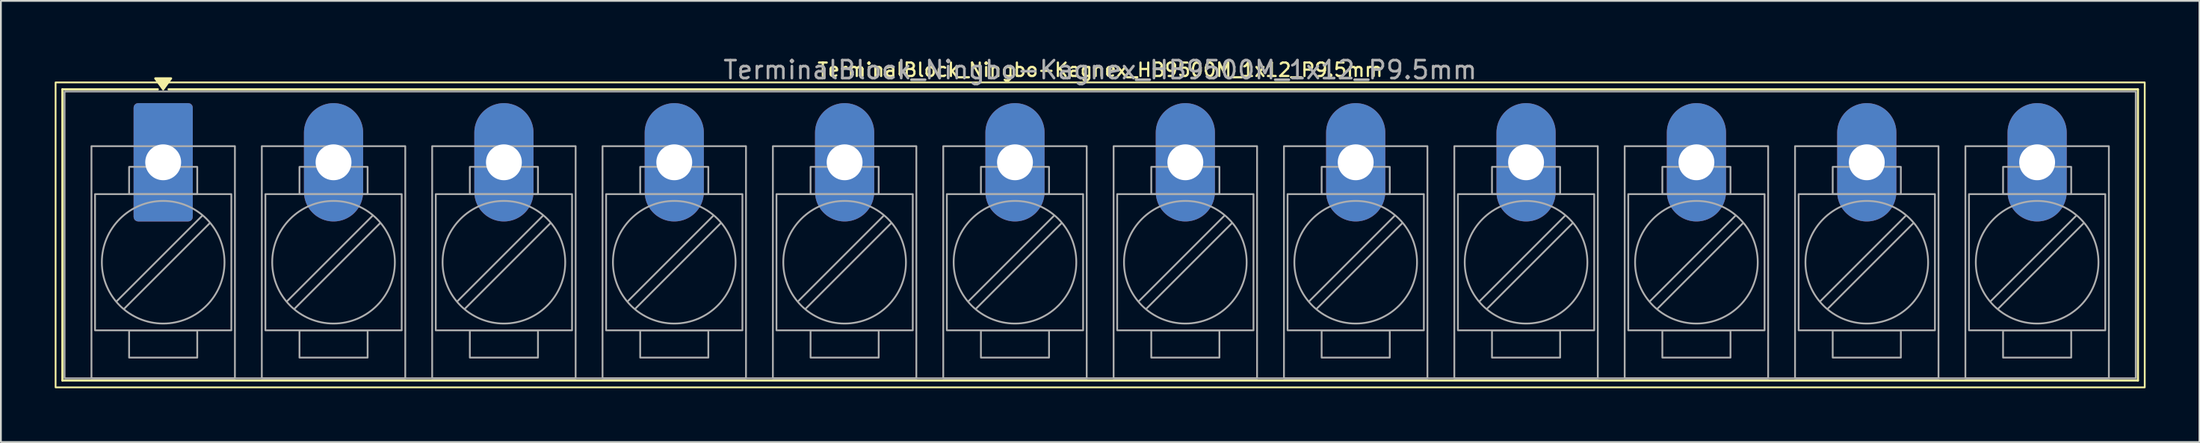
<source format=kicad_pcb>
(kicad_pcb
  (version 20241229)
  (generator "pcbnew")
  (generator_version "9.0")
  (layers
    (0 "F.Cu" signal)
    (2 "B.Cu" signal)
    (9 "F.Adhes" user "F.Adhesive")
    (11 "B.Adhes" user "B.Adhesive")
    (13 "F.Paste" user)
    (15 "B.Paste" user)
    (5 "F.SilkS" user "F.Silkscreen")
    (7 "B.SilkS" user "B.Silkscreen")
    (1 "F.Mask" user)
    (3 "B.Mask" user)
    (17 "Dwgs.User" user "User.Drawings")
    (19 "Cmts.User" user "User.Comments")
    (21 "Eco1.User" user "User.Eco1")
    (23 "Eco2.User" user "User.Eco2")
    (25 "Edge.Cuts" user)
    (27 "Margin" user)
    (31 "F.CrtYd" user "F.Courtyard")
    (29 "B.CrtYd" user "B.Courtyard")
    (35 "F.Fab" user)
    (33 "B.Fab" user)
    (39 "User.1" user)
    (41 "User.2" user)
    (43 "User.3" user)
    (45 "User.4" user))
  (footprint "TerminalBlock_Ningbo-Kagnex_HB9500M_1x12_P9.5mm"
    (layer "F.Cu")
    (at 6.05 6.003)
    (property "Reference" "TerminalBlock_Ningbo-Kagnex_HB9500M_1x12_P9.5mm" (at 52.25 -5.155 0) (layer "F.SilkS") (effects (font (size 0.75 0.75) (thickness 0.125))))
    (attr through_hole)
    (fp_line (start -5.62 -4.07) (end -0.3 -4.07) (stroke (width 0.12) (type solid)) (layer "F.SilkS"))
    (fp_line (start -5.62 12.17) (end -5.62 -4.07) (stroke (width 0.12) (type solid)) (layer "F.SilkS"))
    (fp_line (start 0.3 -4.07) (end 110.12 -4.07) (stroke (width 0.12) (type solid)) (layer "F.SilkS"))
    (fp_line (start 110.12 -4.07) (end 110.12 12.17) (stroke (width 0.12) (type solid)) (layer "F.SilkS"))
    (fp_line (start 110.12 12.17) (end -5.62 12.17) (stroke (width 0.12) (type solid)) (layer "F.SilkS"))
    (fp_rect (start -6 -4.455) (end 110.5 12.555) (stroke (width 0.1) (type solid)) (fill no) (layer "F.SilkS"))
    (fp_poly (pts (xy 0 -4.07) (xy -0.44 -4.68) (xy 0.44 -4.68)) (stroke (width 0.12) (type solid)) (fill yes) (layer "F.SilkS"))
    (fp_line (start 2.176 2.981) (end -2.594 7.751) (stroke (width 0.1) (type solid)) (layer "F.Fab"))
    (fp_line (start 2.594 3.399) (end -2.176 8.169) (stroke (width 0.1) (type solid)) (layer "F.Fab"))
    (fp_line (start 11.676 2.981) (end 6.906 7.751) (stroke (width 0.1) (type solid)) (layer "F.Fab"))
    (fp_line (start 12.094 3.399) (end 7.324 8.169) (stroke (width 0.1) (type solid)) (layer "F.Fab"))
    (fp_line (start 21.176 2.981) (end 16.406 7.751) (stroke (width 0.1) (type solid)) (layer "F.Fab"))
    (fp_line (start 21.594 3.399) (end 16.824 8.169) (stroke (width 0.1) (type solid)) (layer "F.Fab"))
    (fp_line (start 30.676 2.981) (end 25.906 7.751) (stroke (width 0.1) (type solid)) (layer "F.Fab"))
    (fp_line (start 31.094 3.399) (end 26.324 8.169) (stroke (width 0.1) (type solid)) (layer "F.Fab"))
    (fp_line (start 40.176 2.981) (end 35.406 7.751) (stroke (width 0.1) (type solid)) (layer "F.Fab"))
    (fp_line (start 40.594 3.399) (end 35.824 8.169) (stroke (width 0.1) (type solid)) (layer "F.Fab"))
    (fp_line (start 49.676 2.981) (end 44.906 7.751) (stroke (width 0.1) (type solid)) (layer "F.Fab"))
    (fp_line (start 50.094 3.399) (end 45.324 8.169) (stroke (width 0.1) (type solid)) (layer "F.Fab"))
    (fp_line (start 59.176 2.981) (end 54.406 7.751) (stroke (width 0.1) (type solid)) (layer "F.Fab"))
    (fp_line (start 59.594 3.399) (end 54.824 8.169) (stroke (width 0.1) (type solid)) (layer "F.Fab"))
    (fp_line (start 68.676 2.981) (end 63.906 7.751) (stroke (width 0.1) (type solid)) (layer "F.Fab"))
    (fp_line (start 69.094 3.399) (end 64.324 8.169) (stroke (width 0.1) (type solid)) (layer "F.Fab"))
    (fp_line (start 78.176 2.981) (end 73.406 7.751) (stroke (width 0.1) (type solid)) (layer "F.Fab"))
    (fp_line (start 78.594 3.399) (end 73.824 8.169) (stroke (width 0.1) (type solid)) (layer "F.Fab"))
    (fp_line (start 87.676 2.981) (end 82.906 7.751) (stroke (width 0.1) (type solid)) (layer "F.Fab"))
    (fp_line (start 88.094 3.399) (end 83.324 8.169) (stroke (width 0.1) (type solid)) (layer "F.Fab"))
    (fp_line (start 97.176 2.981) (end 92.406 7.751) (stroke (width 0.1) (type solid)) (layer "F.Fab"))
    (fp_line (start 97.594 3.399) (end 92.824 8.169) (stroke (width 0.1) (type solid)) (layer "F.Fab"))
    (fp_line (start 106.676 2.981) (end 101.906 7.751) (stroke (width 0.1) (type solid)) (layer "F.Fab"))
    (fp_line (start 107.094 3.399) (end 102.324 8.169) (stroke (width 0.1) (type solid)) (layer "F.Fab"))
    (fp_rect (start -5.5 -3.95) (end 110 12.05) (stroke (width 0.1) (type solid)) (fill no) (layer "F.Fab"))
    (fp_rect (start -4 -0.9) (end 4 12.05) (stroke (width 0.1) (type solid)) (fill no) (layer "F.Fab"))
    (fp_rect (start -3.8 1.775) (end 3.8 9.375) (stroke (width 0.1) (type solid)) (fill no) (layer "F.Fab"))
    (fp_rect (start -1.9 0.255) (end 1.9 1.775) (stroke (width 0.1) (type solid)) (fill no) (layer "F.Fab"))
    (fp_rect (start -1.9 9.375) (end 1.9 10.895) (stroke (width 0.1) (type solid)) (fill no) (layer "F.Fab"))
    (fp_rect (start 5.5 -0.9) (end 13.5 12.05) (stroke (width 0.1) (type solid)) (fill no) (layer "F.Fab"))
    (fp_rect (start 5.7 1.775) (end 13.3 9.375) (stroke (width 0.1) (type solid)) (fill no) (layer "F.Fab"))
    (fp_rect (start 7.6 0.255) (end 11.4 1.775) (stroke (width 0.1) (type solid)) (fill no) (layer "F.Fab"))
    (fp_rect (start 7.6 9.375) (end 11.4 10.895) (stroke (width 0.1) (type solid)) (fill no) (layer "F.Fab"))
    (fp_rect (start 15 -0.9) (end 23 12.05) (stroke (width 0.1) (type solid)) (fill no) (layer "F.Fab"))
    (fp_rect (start 15.2 1.775) (end 22.8 9.375) (stroke (width 0.1) (type solid)) (fill no) (layer "F.Fab"))
    (fp_rect (start 17.1 0.255) (end 20.9 1.775) (stroke (width 0.1) (type solid)) (fill no) (layer "F.Fab"))
    (fp_rect (start 17.1 9.375) (end 20.9 10.895) (stroke (width 0.1) (type solid)) (fill no) (layer "F.Fab"))
    (fp_rect (start 24.5 -0.9) (end 32.5 12.05) (stroke (width 0.1) (type solid)) (fill no) (layer "F.Fab"))
    (fp_rect (start 24.7 1.775) (end 32.3 9.375) (stroke (width 0.1) (type solid)) (fill no) (layer "F.Fab"))
    (fp_rect (start 26.6 0.255) (end 30.4 1.775) (stroke (width 0.1) (type solid)) (fill no) (layer "F.Fab"))
    (fp_rect (start 26.6 9.375) (end 30.4 10.895) (stroke (width 0.1) (type solid)) (fill no) (layer "F.Fab"))
    (fp_rect (start 34 -0.9) (end 42 12.05) (stroke (width 0.1) (type solid)) (fill no) (layer "F.Fab"))
    (fp_rect (start 34.2 1.775) (end 41.8 9.375) (stroke (width 0.1) (type solid)) (fill no) (layer "F.Fab"))
    (fp_rect (start 36.1 0.255) (end 39.9 1.775) (stroke (width 0.1) (type solid)) (fill no) (layer "F.Fab"))
    (fp_rect (start 36.1 9.375) (end 39.9 10.895) (stroke (width 0.1) (type solid)) (fill no) (layer "F.Fab"))
    (fp_rect (start 43.5 -0.9) (end 51.5 12.05) (stroke (width 0.1) (type solid)) (fill no) (layer "F.Fab"))
    (fp_rect (start 43.7 1.775) (end 51.3 9.375) (stroke (width 0.1) (type solid)) (fill no) (layer "F.Fab"))
    (fp_rect (start 45.6 0.255) (end 49.4 1.775) (stroke (width 0.1) (type solid)) (fill no) (layer "F.Fab"))
    (fp_rect (start 45.6 9.375) (end 49.4 10.895) (stroke (width 0.1) (type solid)) (fill no) (layer "F.Fab"))
    (fp_rect (start 53 -0.9) (end 61 12.05) (stroke (width 0.1) (type solid)) (fill no) (layer "F.Fab"))
    (fp_rect (start 53.2 1.775) (end 60.8 9.375) (stroke (width 0.1) (type solid)) (fill no) (layer "F.Fab"))
    (fp_rect (start 55.1 0.255) (end 58.9 1.775) (stroke (width 0.1) (type solid)) (fill no) (layer "F.Fab"))
    (fp_rect (start 55.1 9.375) (end 58.9 10.895) (stroke (width 0.1) (type solid)) (fill no) (layer "F.Fab"))
    (fp_rect (start 62.5 -0.9) (end 70.5 12.05) (stroke (width 0.1) (type solid)) (fill no) (layer "F.Fab"))
    (fp_rect (start 62.7 1.775) (end 70.3 9.375) (stroke (width 0.1) (type solid)) (fill no) (layer "F.Fab"))
    (fp_rect (start 64.6 0.255) (end 68.4 1.775) (stroke (width 0.1) (type solid)) (fill no) (layer "F.Fab"))
    (fp_rect (start 64.6 9.375) (end 68.4 10.895) (stroke (width 0.1) (type solid)) (fill no) (layer "F.Fab"))
    (fp_rect (start 72 -0.9) (end 80 12.05) (stroke (width 0.1) (type solid)) (fill no) (layer "F.Fab"))
    (fp_rect (start 72.2 1.775) (end 79.8 9.375) (stroke (width 0.1) (type solid)) (fill no) (layer "F.Fab"))
    (fp_rect (start 74.1 0.255) (end 77.9 1.775) (stroke (width 0.1) (type solid)) (fill no) (layer "F.Fab"))
    (fp_rect (start 74.1 9.375) (end 77.9 10.895) (stroke (width 0.1) (type solid)) (fill no) (layer "F.Fab"))
    (fp_rect (start 81.5 -0.9) (end 89.5 12.05) (stroke (width 0.1) (type solid)) (fill no) (layer "F.Fab"))
    (fp_rect (start 81.7 1.775) (end 89.3 9.375) (stroke (width 0.1) (type solid)) (fill no) (layer "F.Fab"))
    (fp_rect (start 83.6 0.255) (end 87.4 1.775) (stroke (width 0.1) (type solid)) (fill no) (layer "F.Fab"))
    (fp_rect (start 83.6 9.375) (end 87.4 10.895) (stroke (width 0.1) (type solid)) (fill no) (layer "F.Fab"))
    (fp_rect (start 91 -0.9) (end 99 12.05) (stroke (width 0.1) (type solid)) (fill no) (layer "F.Fab"))
    (fp_rect (start 91.2 1.775) (end 98.8 9.375) (stroke (width 0.1) (type solid)) (fill no) (layer "F.Fab"))
    (fp_rect (start 93.1 0.255) (end 96.9 1.775) (stroke (width 0.1) (type solid)) (fill no) (layer "F.Fab"))
    (fp_rect (start 93.1 9.375) (end 96.9 10.895) (stroke (width 0.1) (type solid)) (fill no) (layer "F.Fab"))
    (fp_rect (start 100.5 -0.9) (end 108.5 12.05) (stroke (width 0.1) (type solid)) (fill no) (layer "F.Fab"))
    (fp_rect (start 100.7 1.775) (end 108.3 9.375) (stroke (width 0.1) (type solid)) (fill no) (layer "F.Fab"))
    (fp_rect (start 102.6 0.255) (end 106.4 1.775) (stroke (width 0.1) (type solid)) (fill no) (layer "F.Fab"))
    (fp_rect (start 102.6 9.375) (end 106.4 10.895) (stroke (width 0.1) (type solid)) (fill no) (layer "F.Fab"))
    (fp_circle (center 0 5.575) (end 3.42 5.575) (stroke (width 0.1) (type solid)) (fill no) (layer "F.Fab"))
    (fp_circle (center 9.5 5.575) (end 12.92 5.575) (stroke (width 0.1) (type solid)) (fill no) (layer "F.Fab"))
    (fp_circle (center 19 5.575) (end 22.42 5.575) (stroke (width 0.1) (type solid)) (fill no) (layer "F.Fab"))
    (fp_circle (center 28.5 5.575) (end 31.92 5.575) (stroke (width 0.1) (type solid)) (fill no) (layer "F.Fab"))
    (fp_circle (center 38 5.575) (end 41.42 5.575) (stroke (width 0.1) (type solid)) (fill no) (layer "F.Fab"))
    (fp_circle (center 47.5 5.575) (end 50.92 5.575) (stroke (width 0.1) (type solid)) (fill no) (layer "F.Fab"))
    (fp_circle (center 57 5.575) (end 60.42 5.575) (stroke (width 0.1) (type solid)) (fill no) (layer "F.Fab"))
    (fp_circle (center 66.5 5.575) (end 69.92 5.575) (stroke (width 0.1) (type solid)) (fill no) (layer "F.Fab"))
    (fp_circle (center 76 5.575) (end 79.42 5.575) (stroke (width 0.1) (type solid)) (fill no) (layer "F.Fab"))
    (fp_circle (center 85.5 5.575) (end 88.92 5.575) (stroke (width 0.1) (type solid)) (fill no) (layer "F.Fab"))
    (fp_circle (center 95 5.575) (end 98.42 5.575) (stroke (width 0.1) (type solid)) (fill no) (layer "F.Fab"))
    (fp_circle (center 104.5 5.575) (end 107.92 5.575) (stroke (width 0.1) (type solid)) (fill no) (layer "F.Fab"))
    (fp_text user "${REFERENCE}" (at 52.25 -5.155 0) (layer "F.Fab") (effects (font (size 1 1) (thickness 0.15))))
    (pad "1" thru_hole roundrect (at 0 0) (size 3.3 6.6) (drill 2) (layers "*.Cu" "*.Mask") (roundrect_rratio 0.076))
    (pad "2" thru_hole oval (at 9.5 0) (size 3.3 6.6) (drill 2) (layers "*.Cu" "*.Mask"))
    (pad "3" thru_hole oval (at 19 0) (size 3.3 6.6) (drill 2) (layers "*.Cu" "*.Mask"))
    (pad "4" thru_hole oval (at 28.5 0) (size 3.3 6.6) (drill 2) (layers "*.Cu" "*.Mask"))
    (pad "5" thru_hole oval (at 38 0) (size 3.3 6.6) (drill 2) (layers "*.Cu" "*.Mask"))
    (pad "6" thru_hole oval (at 47.5 0) (size 3.3 6.6) (drill 2) (layers "*.Cu" "*.Mask"))
    (pad "7" thru_hole oval (at 57 0) (size 3.3 6.6) (drill 2) (layers "*.Cu" "*.Mask"))
    (pad "8" thru_hole oval (at 66.5 0) (size 3.3 6.6) (drill 2) (layers "*.Cu" "*.Mask"))
    (pad "9" thru_hole oval (at 76 0) (size 3.3 6.6) (drill 2) (layers "*.Cu" "*.Mask"))
    (pad "10" thru_hole oval (at 85.5 0) (size 3.3 6.6) (drill 2) (layers "*.Cu" "*.Mask"))
    (pad "11" thru_hole oval (at 95 0) (size 3.3 6.6) (drill 2) (layers "*.Cu" "*.Mask"))
    (pad "12" thru_hole oval (at 104.5 0) (size 3.3 6.6) (drill 2) (layers "*.Cu" "*.Mask")))
  (gr_rect
    (start -3 -3)
    (end 119.6 21.608)
    (stroke (width 0.1) (type default))
    (fill no)
    (layer "Edge.Cuts")))
</source>
